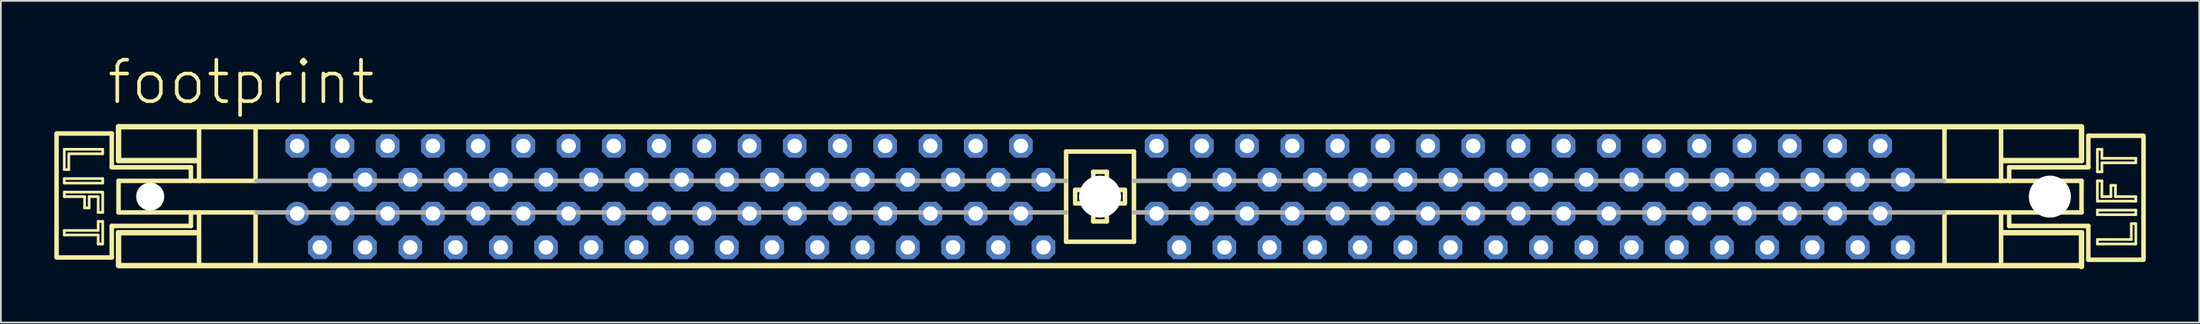
<source format=kicad_pcb>
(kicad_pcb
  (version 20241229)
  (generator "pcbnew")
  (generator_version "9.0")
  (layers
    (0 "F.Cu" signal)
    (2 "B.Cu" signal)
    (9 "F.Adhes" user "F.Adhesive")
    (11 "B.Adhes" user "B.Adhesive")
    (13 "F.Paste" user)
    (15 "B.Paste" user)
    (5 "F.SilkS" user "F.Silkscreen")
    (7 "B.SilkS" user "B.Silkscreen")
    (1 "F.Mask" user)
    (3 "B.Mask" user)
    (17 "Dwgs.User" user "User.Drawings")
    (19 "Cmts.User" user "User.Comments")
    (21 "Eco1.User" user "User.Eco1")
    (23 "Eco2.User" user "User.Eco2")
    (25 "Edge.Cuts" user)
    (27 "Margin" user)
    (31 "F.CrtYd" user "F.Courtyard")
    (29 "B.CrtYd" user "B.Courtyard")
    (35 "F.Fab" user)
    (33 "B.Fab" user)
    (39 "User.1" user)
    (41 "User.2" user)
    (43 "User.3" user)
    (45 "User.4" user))
  (footprint "footprint"
    (layer "F.Cu")
    (at 58.725 8.026)
    (property "Reference" "footprint" (at -55.88 -5.08 0) (layer "F.SilkS") (effects (font (size 2.337 2.337) (thickness 0.203)) (justify left bottom)))
    (fp_line (start -58.598 -3.556) (end -58.598 3.429) (stroke (width 0.254) (type solid)) (layer "F.SilkS"))
    (fp_line (start -58.547 -3.556) (end -55.499 -3.556) (stroke (width 0.254) (type solid)) (layer "F.SilkS"))
    (fp_line (start -58.166 -2.667) (end -58.166 -1.524) (stroke (width 0.152) (type solid)) (layer "F.SilkS"))
    (fp_line (start -58.166 -1.524) (end -57.912 -1.524) (stroke (width 0.152) (type solid)) (layer "F.SilkS"))
    (fp_line (start -58.166 -1.016) (end -58.166 -0.762) (stroke (width 0.152) (type solid)) (layer "F.SilkS"))
    (fp_line (start -58.166 -0.762) (end -56.007 -0.762) (stroke (width 0.152) (type solid)) (layer "F.SilkS"))
    (fp_line (start -58.166 -0.254) (end -56.007 -0.254) (stroke (width 0.152) (type solid)) (layer "F.SilkS"))
    (fp_line (start -58.166 0) (end -58.166 -0.254) (stroke (width 0.152) (type solid)) (layer "F.SilkS"))
    (fp_line (start -58.166 1.905) (end -56.261 1.905) (stroke (width 0.152) (type solid)) (layer "F.SilkS"))
    (fp_line (start -58.166 2.159) (end -58.166 1.905) (stroke (width 0.152) (type solid)) (layer "F.SilkS"))
    (fp_line (start -57.912 -2.413) (end -56.007 -2.413) (stroke (width 0.152) (type solid)) (layer "F.SilkS"))
    (fp_line (start -57.912 -1.524) (end -57.912 -2.413) (stroke (width 0.152) (type solid)) (layer "F.SilkS"))
    (fp_line (start -57.023 0) (end -58.166 0) (stroke (width 0.152) (type solid)) (layer "F.SilkS"))
    (fp_line (start -57.023 0.635) (end -57.023 0) (stroke (width 0.152) (type solid)) (layer "F.SilkS"))
    (fp_line (start -56.769 0) (end -56.769 0.635) (stroke (width 0.152) (type solid)) (layer "F.SilkS"))
    (fp_line (start -56.769 0.635) (end -57.023 0.635) (stroke (width 0.152) (type solid)) (layer "F.SilkS"))
    (fp_line (start -56.261 0) (end -56.769 0) (stroke (width 0.152) (type solid)) (layer "F.SilkS"))
    (fp_line (start -56.261 0.889) (end -56.261 0) (stroke (width 0.152) (type solid)) (layer "F.SilkS"))
    (fp_line (start -56.261 1.397) (end -56.007 1.397) (stroke (width 0.152) (type solid)) (layer "F.SilkS"))
    (fp_line (start -56.261 1.905) (end -56.261 1.397) (stroke (width 0.152) (type solid)) (layer "F.SilkS"))
    (fp_line (start -56.261 2.159) (end -58.166 2.159) (stroke (width 0.152) (type solid)) (layer "F.SilkS"))
    (fp_line (start -56.261 2.667) (end -56.261 2.159) (stroke (width 0.152) (type solid)) (layer "F.SilkS"))
    (fp_line (start -56.007 -2.667) (end -58.166 -2.667) (stroke (width 0.152) (type solid)) (layer "F.SilkS"))
    (fp_line (start -56.007 -2.413) (end -56.007 -2.667) (stroke (width 0.152) (type solid)) (layer "F.SilkS"))
    (fp_line (start -56.007 -1.016) (end -58.166 -1.016) (stroke (width 0.152) (type solid)) (layer "F.SilkS"))
    (fp_line (start -56.007 -0.762) (end -56.007 -1.016) (stroke (width 0.152) (type solid)) (layer "F.SilkS"))
    (fp_line (start -56.007 -0.254) (end -56.007 0.889) (stroke (width 0.152) (type solid)) (layer "F.SilkS"))
    (fp_line (start -56.007 0.889) (end -56.261 0.889) (stroke (width 0.152) (type solid)) (layer "F.SilkS"))
    (fp_line (start -56.007 1.397) (end -56.007 2.667) (stroke (width 0.152) (type solid)) (layer "F.SilkS"))
    (fp_line (start -56.007 2.667) (end -56.261 2.667) (stroke (width 0.152) (type solid)) (layer "F.SilkS"))
    (fp_line (start -55.499 -3.556) (end -55.499 -1.651) (stroke (width 0.254) (type solid)) (layer "F.SilkS"))
    (fp_line (start -55.499 -1.651) (end -51.054 -1.651) (stroke (width 0.254) (type solid)) (layer "F.SilkS"))
    (fp_line (start -55.499 1.651) (end -55.499 3.429) (stroke (width 0.254) (type solid)) (layer "F.SilkS"))
    (fp_line (start -55.499 3.429) (end -58.547 3.429) (stroke (width 0.254) (type solid)) (layer "F.SilkS"))
    (fp_line (start -55.118 -3.937) (end -55.118 -2.032) (stroke (width 0.305) (type solid)) (layer "F.SilkS"))
    (fp_line (start -55.118 -3.937) (end 55.118 -3.937) (stroke (width 0.305) (type solid)) (layer "F.SilkS"))
    (fp_line (start -55.118 -2.032) (end -50.673 -2.032) (stroke (width 0.305) (type solid)) (layer "F.SilkS"))
    (fp_line (start -55.118 -0.889) (end -55.118 0.889) (stroke (width 0.254) (type solid)) (layer "F.SilkS"))
    (fp_line (start -55.118 0.889) (end -51.054 0.889) (stroke (width 0.254) (type solid)) (layer "F.SilkS"))
    (fp_line (start -55.118 2.032) (end -55.118 3.81) (stroke (width 0.305) (type solid)) (layer "F.SilkS"))
    (fp_line (start -55.118 2.032) (end -50.673 2.032) (stroke (width 0.305) (type solid)) (layer "F.SilkS"))
    (fp_line (start -51.054 -1.651) (end -51.054 -0.889) (stroke (width 0.254) (type solid)) (layer "F.SilkS"))
    (fp_line (start -51.054 -0.889) (end -55.118 -0.889) (stroke (width 0.254) (type solid)) (layer "F.SilkS"))
    (fp_line (start -51.054 0.889) (end -51.054 1.651) (stroke (width 0.254) (type solid)) (layer "F.SilkS"))
    (fp_line (start -51.054 1.651) (end -55.499 1.651) (stroke (width 0.254) (type solid)) (layer "F.SilkS"))
    (fp_line (start -50.927 -0.889) (end -47.498 -0.889) (stroke (width 0.254) (type solid)) (layer "F.SilkS"))
    (fp_line (start -50.927 0.889) (end -47.498 0.889) (stroke (width 0.254) (type solid)) (layer "F.SilkS"))
    (fp_line (start -50.597 -3.861) (end -50.597 -0.889) (stroke (width 0.254) (type solid)) (layer "F.SilkS"))
    (fp_line (start -50.597 0.889) (end -50.597 3.81) (stroke (width 0.254) (type solid)) (layer "F.SilkS"))
    (fp_line (start -47.422 -3.861) (end -47.422 -0.889) (stroke (width 0.254) (type solid)) (layer "F.SilkS"))
    (fp_line (start -47.422 0.889) (end -47.422 3.81) (stroke (width 0.254) (type solid)) (layer "F.SilkS"))
    (fp_line (start -1.905 -2.54) (end -1.905 2.54) (stroke (width 0.254) (type solid)) (layer "F.SilkS"))
    (fp_line (start -1.905 2.54) (end 1.905 2.54) (stroke (width 0.254) (type solid)) (layer "F.SilkS"))
    (fp_line (start -1.397 -0.381) (end -1.397 0.381) (stroke (width 0.254) (type solid)) (layer "F.SilkS"))
    (fp_line (start -1.397 0.381) (end -0.381 0.381) (stroke (width 0.254) (type solid)) (layer "F.SilkS"))
    (fp_line (start -0.381 -1.397) (end -0.381 -0.381) (stroke (width 0.254) (type solid)) (layer "F.SilkS"))
    (fp_line (start -0.381 -0.381) (end -1.397 -0.381) (stroke (width 0.254) (type solid)) (layer "F.SilkS"))
    (fp_line (start -0.381 0.381) (end -0.381 1.397) (stroke (width 0.254) (type solid)) (layer "F.SilkS"))
    (fp_line (start -0.381 1.397) (end 0.381 1.397) (stroke (width 0.254) (type solid)) (layer "F.SilkS"))
    (fp_line (start 0.381 -1.397) (end -0.381 -1.397) (stroke (width 0.254) (type solid)) (layer "F.SilkS"))
    (fp_line (start 0.381 -0.381) (end 0.381 -1.397) (stroke (width 0.254) (type solid)) (layer "F.SilkS"))
    (fp_line (start 0.381 0.381) (end 1.397 0.381) (stroke (width 0.254) (type solid)) (layer "F.SilkS"))
    (fp_line (start 0.381 1.397) (end 0.381 0.381) (stroke (width 0.254) (type solid)) (layer "F.SilkS"))
    (fp_line (start 1.397 -0.381) (end 0.381 -0.381) (stroke (width 0.254) (type solid)) (layer "F.SilkS"))
    (fp_line (start 1.397 0.381) (end 1.397 -0.381) (stroke (width 0.254) (type solid)) (layer "F.SilkS"))
    (fp_line (start 1.905 -2.54) (end -1.905 -2.54) (stroke (width 0.254) (type solid)) (layer "F.SilkS"))
    (fp_line (start 1.905 2.54) (end 1.905 -2.54) (stroke (width 0.254) (type solid)) (layer "F.SilkS"))
    (fp_line (start 47.422 -3.861) (end 47.422 -0.889) (stroke (width 0.254) (type solid)) (layer "F.SilkS"))
    (fp_line (start 47.422 0.889) (end 47.422 3.81) (stroke (width 0.254) (type solid)) (layer "F.SilkS"))
    (fp_line (start 50.597 -0.889) (end 50.597 -3.81) (stroke (width 0.254) (type solid)) (layer "F.SilkS"))
    (fp_line (start 50.597 3.861) (end 50.597 0.889) (stroke (width 0.254) (type solid)) (layer "F.SilkS"))
    (fp_line (start 50.927 -0.889) (end 47.498 -0.889) (stroke (width 0.254) (type solid)) (layer "F.SilkS"))
    (fp_line (start 50.927 0.889) (end 47.498 0.889) (stroke (width 0.254) (type solid)) (layer "F.SilkS"))
    (fp_line (start 51.054 -1.651) (end 55.499 -1.651) (stroke (width 0.254) (type solid)) (layer "F.SilkS"))
    (fp_line (start 51.054 -0.889) (end 51.054 -1.651) (stroke (width 0.254) (type solid)) (layer "F.SilkS"))
    (fp_line (start 51.054 0.889) (end 55.118 0.889) (stroke (width 0.254) (type solid)) (layer "F.SilkS"))
    (fp_line (start 51.054 1.651) (end 51.054 0.889) (stroke (width 0.254) (type solid)) (layer "F.SilkS"))
    (fp_line (start 55.118 -2.032) (end 50.673 -2.032) (stroke (width 0.305) (type solid)) (layer "F.SilkS"))
    (fp_line (start 55.118 -2.032) (end 55.118 -3.81) (stroke (width 0.305) (type solid)) (layer "F.SilkS"))
    (fp_line (start 55.118 -0.889) (end 51.054 -0.889) (stroke (width 0.254) (type solid)) (layer "F.SilkS"))
    (fp_line (start 55.118 0.889) (end 55.118 -0.889) (stroke (width 0.254) (type solid)) (layer "F.SilkS"))
    (fp_line (start 55.118 2.032) (end 50.673 2.032) (stroke (width 0.305) (type solid)) (layer "F.SilkS"))
    (fp_line (start 55.118 3.886) (end -55.118 3.886) (stroke (width 0.305) (type solid)) (layer "F.SilkS"))
    (fp_line (start 55.118 3.937) (end 55.118 2.032) (stroke (width 0.305) (type solid)) (layer "F.SilkS"))
    (fp_line (start 55.499 -3.429) (end 58.547 -3.429) (stroke (width 0.254) (type solid)) (layer "F.SilkS"))
    (fp_line (start 55.499 -1.651) (end 55.499 -3.429) (stroke (width 0.254) (type solid)) (layer "F.SilkS"))
    (fp_line (start 55.499 1.651) (end 51.054 1.651) (stroke (width 0.254) (type solid)) (layer "F.SilkS"))
    (fp_line (start 55.499 3.556) (end 55.499 1.651) (stroke (width 0.254) (type solid)) (layer "F.SilkS"))
    (fp_line (start 56.007 -2.667) (end 56.261 -2.667) (stroke (width 0.152) (type solid)) (layer "F.SilkS"))
    (fp_line (start 56.007 -1.397) (end 56.007 -2.667) (stroke (width 0.152) (type solid)) (layer "F.SilkS"))
    (fp_line (start 56.007 -0.889) (end 56.261 -0.889) (stroke (width 0.152) (type solid)) (layer "F.SilkS"))
    (fp_line (start 56.007 0.254) (end 56.007 -0.889) (stroke (width 0.152) (type solid)) (layer "F.SilkS"))
    (fp_line (start 56.007 0.762) (end 56.007 1.016) (stroke (width 0.152) (type solid)) (layer "F.SilkS"))
    (fp_line (start 56.007 1.016) (end 58.166 1.016) (stroke (width 0.152) (type solid)) (layer "F.SilkS"))
    (fp_line (start 56.007 2.413) (end 56.007 2.667) (stroke (width 0.152) (type solid)) (layer "F.SilkS"))
    (fp_line (start 56.007 2.667) (end 58.166 2.667) (stroke (width 0.152) (type solid)) (layer "F.SilkS"))
    (fp_line (start 56.261 -2.667) (end 56.261 -2.159) (stroke (width 0.152) (type solid)) (layer "F.SilkS"))
    (fp_line (start 56.261 -2.159) (end 58.166 -2.159) (stroke (width 0.152) (type solid)) (layer "F.SilkS"))
    (fp_line (start 56.261 -1.905) (end 56.261 -1.397) (stroke (width 0.152) (type solid)) (layer "F.SilkS"))
    (fp_line (start 56.261 -1.397) (end 56.007 -1.397) (stroke (width 0.152) (type solid)) (layer "F.SilkS"))
    (fp_line (start 56.261 -0.889) (end 56.261 0) (stroke (width 0.152) (type solid)) (layer "F.SilkS"))
    (fp_line (start 56.261 0) (end 56.769 0) (stroke (width 0.152) (type solid)) (layer "F.SilkS"))
    (fp_line (start 56.769 -0.635) (end 57.023 -0.635) (stroke (width 0.152) (type solid)) (layer "F.SilkS"))
    (fp_line (start 56.769 0) (end 56.769 -0.635) (stroke (width 0.152) (type solid)) (layer "F.SilkS"))
    (fp_line (start 57.023 -0.635) (end 57.023 0) (stroke (width 0.152) (type solid)) (layer "F.SilkS"))
    (fp_line (start 57.023 0) (end 58.166 0) (stroke (width 0.152) (type solid)) (layer "F.SilkS"))
    (fp_line (start 57.912 1.524) (end 57.912 2.413) (stroke (width 0.152) (type solid)) (layer "F.SilkS"))
    (fp_line (start 57.912 2.413) (end 56.007 2.413) (stroke (width 0.152) (type solid)) (layer "F.SilkS"))
    (fp_line (start 58.166 -2.159) (end 58.166 -1.905) (stroke (width 0.152) (type solid)) (layer "F.SilkS"))
    (fp_line (start 58.166 -1.905) (end 56.261 -1.905) (stroke (width 0.152) (type solid)) (layer "F.SilkS"))
    (fp_line (start 58.166 0) (end 58.166 0.254) (stroke (width 0.152) (type solid)) (layer "F.SilkS"))
    (fp_line (start 58.166 0.254) (end 56.007 0.254) (stroke (width 0.152) (type solid)) (layer "F.SilkS"))
    (fp_line (start 58.166 0.762) (end 56.007 0.762) (stroke (width 0.152) (type solid)) (layer "F.SilkS"))
    (fp_line (start 58.166 1.016) (end 58.166 0.762) (stroke (width 0.152) (type solid)) (layer "F.SilkS"))
    (fp_line (start 58.166 1.524) (end 57.912 1.524) (stroke (width 0.152) (type solid)) (layer "F.SilkS"))
    (fp_line (start 58.166 2.667) (end 58.166 1.524) (stroke (width 0.152) (type solid)) (layer "F.SilkS"))
    (fp_line (start 58.547 3.556) (end 55.499 3.556) (stroke (width 0.254) (type solid)) (layer "F.SilkS"))
    (fp_line (start 58.598 3.556) (end 58.598 -3.429) (stroke (width 0.254) (type solid)) (layer "F.SilkS"))
    (fp_line (start -47.371 -0.889) (end -1.905 -0.889) (stroke (width 0.254) (type solid)) (layer "F.Fab"))
    (fp_line (start -47.371 0.889) (end -1.905 0.889) (stroke (width 0.254) (type solid)) (layer "F.Fab"))
    (fp_line (start 1.905 -0.889) (end 47.371 -0.889) (stroke (width 0.254) (type solid)) (layer "F.Fab"))
    (fp_line (start 1.905 0.889) (end 47.371 0.889) (stroke (width 0.254) (type solid)) (layer "F.Fab"))
    (pad "" np_thru_hole circle (at -53.34 0) (size 1.575 1.575) (drill 1.575) (layers "*.Cu" "*.Mask"))
    (pad "" np_thru_hole circle (at 0 0) (size 2.362 2.362) (drill 2.362) (layers "*.Cu" "*.Mask"))
    (pad "" np_thru_hole circle (at 53.34 0) (size 2.362 2.362) (drill 2.362) (layers "*.Cu" "*.Mask"))
    (pad "1" thru_hole circle (at -45.085 0.953) (size 1.321 1.321) (drill 0.813) (layers "*.Cu" "*.Mask"))
    (pad "2" thru_hole roundrect (at -43.815 2.857) (size 1.321 1.321) (drill 0.813) (layers "*.Cu" "*.Mask") (roundrect_rratio 0.25) (chamfer_ratio 0.25) (chamfer top_left top_right bottom_left bottom_right))
    (pad "3" thru_hole roundrect (at -42.545 0.953) (size 1.321 1.321) (drill 0.813) (layers "*.Cu" "*.Mask") (roundrect_rratio 0.25) (chamfer_ratio 0.25) (chamfer top_left top_right bottom_left bottom_right))
    (pad "4" thru_hole roundrect (at -41.275 2.857) (size 1.321 1.321) (drill 0.813) (layers "*.Cu" "*.Mask") (roundrect_rratio 0.25) (chamfer_ratio 0.25) (chamfer top_left top_right bottom_left bottom_right))
    (pad "5" thru_hole roundrect (at -40.005 0.953) (size 1.321 1.321) (drill 0.813) (layers "*.Cu" "*.Mask") (roundrect_rratio 0.25) (chamfer_ratio 0.25) (chamfer top_left top_right bottom_left bottom_right))
    (pad "6" thru_hole roundrect (at -38.735 2.857) (size 1.321 1.321) (drill 0.813) (layers "*.Cu" "*.Mask") (roundrect_rratio 0.25) (chamfer_ratio 0.25) (chamfer top_left top_right bottom_left bottom_right))
    (pad "7" thru_hole roundrect (at -37.465 0.953) (size 1.321 1.321) (drill 0.813) (layers "*.Cu" "*.Mask") (roundrect_rratio 0.25) (chamfer_ratio 0.25) (chamfer top_left top_right bottom_left bottom_right))
    (pad "8" thru_hole roundrect (at -36.195 2.857) (size 1.321 1.321) (drill 0.813) (layers "*.Cu" "*.Mask") (roundrect_rratio 0.25) (chamfer_ratio 0.25) (chamfer top_left top_right bottom_left bottom_right))
    (pad "9" thru_hole roundrect (at -34.925 0.953) (size 1.321 1.321) (drill 0.813) (layers "*.Cu" "*.Mask") (roundrect_rratio 0.25) (chamfer_ratio 0.25) (chamfer top_left top_right bottom_left bottom_right))
    (pad "10" thru_hole roundrect (at -33.655 2.857) (size 1.321 1.321) (drill 0.813) (layers "*.Cu" "*.Mask") (roundrect_rratio 0.25) (chamfer_ratio 0.25) (chamfer top_left top_right bottom_left bottom_right))
    (pad "11" thru_hole roundrect (at -32.385 0.953) (size 1.321 1.321) (drill 0.813) (layers "*.Cu" "*.Mask") (roundrect_rratio 0.25) (chamfer_ratio 0.25) (chamfer top_left top_right bottom_left bottom_right))
    (pad "12" thru_hole roundrect (at -31.115 2.857) (size 1.321 1.321) (drill 0.813) (layers "*.Cu" "*.Mask") (roundrect_rratio 0.25) (chamfer_ratio 0.25) (chamfer top_left top_right bottom_left bottom_right))
    (pad "13" thru_hole roundrect (at -29.845 0.953) (size 1.321 1.321) (drill 0.813) (layers "*.Cu" "*.Mask") (roundrect_rratio 0.25) (chamfer_ratio 0.25) (chamfer top_left top_right bottom_left bottom_right))
    (pad "14" thru_hole roundrect (at -28.575 2.857) (size 1.321 1.321) (drill 0.813) (layers "*.Cu" "*.Mask") (roundrect_rratio 0.25) (chamfer_ratio 0.25) (chamfer top_left top_right bottom_left bottom_right))
    (pad "15" thru_hole roundrect (at -27.305 0.953) (size 1.321 1.321) (drill 0.813) (layers "*.Cu" "*.Mask") (roundrect_rratio 0.25) (chamfer_ratio 0.25) (chamfer top_left top_right bottom_left bottom_right))
    (pad "16" thru_hole roundrect (at -26.035 2.857) (size 1.321 1.321) (drill 0.813) (layers "*.Cu" "*.Mask") (roundrect_rratio 0.25) (chamfer_ratio 0.25) (chamfer top_left top_right bottom_left bottom_right))
    (pad "17" thru_hole roundrect (at -24.765 0.953) (size 1.321 1.321) (drill 0.813) (layers "*.Cu" "*.Mask") (roundrect_rratio 0.25) (chamfer_ratio 0.25) (chamfer top_left top_right bottom_left bottom_right))
    (pad "18" thru_hole roundrect (at -23.495 2.857) (size 1.321 1.321) (drill 0.813) (layers "*.Cu" "*.Mask") (roundrect_rratio 0.25) (chamfer_ratio 0.25) (chamfer top_left top_right bottom_left bottom_right))
    (pad "19" thru_hole roundrect (at -22.225 0.953) (size 1.321 1.321) (drill 0.813) (layers "*.Cu" "*.Mask") (roundrect_rratio 0.25) (chamfer_ratio 0.25) (chamfer top_left top_right bottom_left bottom_right))
    (pad "20" thru_hole roundrect (at -20.955 2.857) (size 1.321 1.321) (drill 0.813) (layers "*.Cu" "*.Mask") (roundrect_rratio 0.25) (chamfer_ratio 0.25) (chamfer top_left top_right bottom_left bottom_right))
    (pad "21" thru_hole roundrect (at -19.685 0.953) (size 1.321 1.321) (drill 0.813) (layers "*.Cu" "*.Mask") (roundrect_rratio 0.25) (chamfer_ratio 0.25) (chamfer top_left top_right bottom_left bottom_right))
    (pad "22" thru_hole roundrect (at -18.415 2.857) (size 1.321 1.321) (drill 0.813) (layers "*.Cu" "*.Mask") (roundrect_rratio 0.25) (chamfer_ratio 0.25) (chamfer top_left top_right bottom_left bottom_right))
    (pad "23" thru_hole roundrect (at -17.145 0.953) (size 1.321 1.321) (drill 0.813) (layers "*.Cu" "*.Mask") (roundrect_rratio 0.25) (chamfer_ratio 0.25) (chamfer top_left top_right bottom_left bottom_right))
    (pad "24" thru_hole roundrect (at -15.875 2.857) (size 1.321 1.321) (drill 0.813) (layers "*.Cu" "*.Mask") (roundrect_rratio 0.25) (chamfer_ratio 0.25) (chamfer top_left top_right bottom_left bottom_right))
    (pad "25" thru_hole roundrect (at -14.605 0.953) (size 1.321 1.321) (drill 0.813) (layers "*.Cu" "*.Mask") (roundrect_rratio 0.25) (chamfer_ratio 0.25) (chamfer top_left top_right bottom_left bottom_right))
    (pad "26" thru_hole roundrect (at -13.335 2.857) (size 1.321 1.321) (drill 0.813) (layers "*.Cu" "*.Mask") (roundrect_rratio 0.25) (chamfer_ratio 0.25) (chamfer top_left top_right bottom_left bottom_right))
    (pad "27" thru_hole roundrect (at -12.065 0.953) (size 1.321 1.321) (drill 0.813) (layers "*.Cu" "*.Mask") (roundrect_rratio 0.25) (chamfer_ratio 0.25) (chamfer top_left top_right bottom_left bottom_right))
    (pad "28" thru_hole roundrect (at -10.795 2.857) (size 1.321 1.321) (drill 0.813) (layers "*.Cu" "*.Mask") (roundrect_rratio 0.25) (chamfer_ratio 0.25) (chamfer top_left top_right bottom_left bottom_right))
    (pad "29" thru_hole roundrect (at -9.525 0.953) (size 1.321 1.321) (drill 0.813) (layers "*.Cu" "*.Mask") (roundrect_rratio 0.25) (chamfer_ratio 0.25) (chamfer top_left top_right bottom_left bottom_right))
    (pad "30" thru_hole roundrect (at -8.255 2.857) (size 1.321 1.321) (drill 0.813) (layers "*.Cu" "*.Mask") (roundrect_rratio 0.25) (chamfer_ratio 0.25) (chamfer top_left top_right bottom_left bottom_right))
    (pad "31" thru_hole roundrect (at -6.985 0.953) (size 1.321 1.321) (drill 0.813) (layers "*.Cu" "*.Mask") (roundrect_rratio 0.25) (chamfer_ratio 0.25) (chamfer top_left top_right bottom_left bottom_right))
    (pad "32" thru_hole roundrect (at -5.715 2.857) (size 1.321 1.321) (drill 0.813) (layers "*.Cu" "*.Mask") (roundrect_rratio 0.25) (chamfer_ratio 0.25) (chamfer top_left top_right bottom_left bottom_right))
    (pad "33" thru_hole roundrect (at -4.445 0.953) (size 1.321 1.321) (drill 0.813) (layers "*.Cu" "*.Mask") (roundrect_rratio 0.25) (chamfer_ratio 0.25) (chamfer top_left top_right bottom_left bottom_right))
    (pad "34" thru_hole roundrect (at -3.175 2.857) (size 1.321 1.321) (drill 0.813) (layers "*.Cu" "*.Mask") (roundrect_rratio 0.25) (chamfer_ratio 0.25) (chamfer top_left top_right bottom_left bottom_right))
    (pad "35" thru_hole roundrect (at 3.175 0.953) (size 1.321 1.321) (drill 0.813) (layers "*.Cu" "*.Mask") (roundrect_rratio 0.25) (chamfer_ratio 0.25) (chamfer top_left top_right bottom_left bottom_right))
    (pad "36" thru_hole roundrect (at 4.445 2.857) (size 1.321 1.321) (drill 0.813) (layers "*.Cu" "*.Mask") (roundrect_rratio 0.25) (chamfer_ratio 0.25) (chamfer top_left top_right bottom_left bottom_right))
    (pad "37" thru_hole roundrect (at 5.715 0.953) (size 1.321 1.321) (drill 0.813) (layers "*.Cu" "*.Mask") (roundrect_rratio 0.25) (chamfer_ratio 0.25) (chamfer top_left top_right bottom_left bottom_right))
    (pad "38" thru_hole roundrect (at 6.985 2.857) (size 1.321 1.321) (drill 0.813) (layers "*.Cu" "*.Mask") (roundrect_rratio 0.25) (chamfer_ratio 0.25) (chamfer top_left top_right bottom_left bottom_right))
    (pad "39" thru_hole roundrect (at 8.255 0.953) (size 1.321 1.321) (drill 0.813) (layers "*.Cu" "*.Mask") (roundrect_rratio 0.25) (chamfer_ratio 0.25) (chamfer top_left top_right bottom_left bottom_right))
    (pad "40" thru_hole roundrect (at 9.525 2.857) (size 1.321 1.321) (drill 0.813) (layers "*.Cu" "*.Mask") (roundrect_rratio 0.25) (chamfer_ratio 0.25) (chamfer top_left top_right bottom_left bottom_right))
    (pad "41" thru_hole roundrect (at 10.795 0.953) (size 1.321 1.321) (drill 0.813) (layers "*.Cu" "*.Mask") (roundrect_rratio 0.25) (chamfer_ratio 0.25) (chamfer top_left top_right bottom_left bottom_right))
    (pad "42" thru_hole roundrect (at 12.065 2.857) (size 1.321 1.321) (drill 0.813) (layers "*.Cu" "*.Mask") (roundrect_rratio 0.25) (chamfer_ratio 0.25) (chamfer top_left top_right bottom_left bottom_right))
    (pad "43" thru_hole roundrect (at 13.335 0.953) (size 1.321 1.321) (drill 0.813) (layers "*.Cu" "*.Mask") (roundrect_rratio 0.25) (chamfer_ratio 0.25) (chamfer top_left top_right bottom_left bottom_right))
    (pad "44" thru_hole roundrect (at 14.605 2.857) (size 1.321 1.321) (drill 0.813) (layers "*.Cu" "*.Mask") (roundrect_rratio 0.25) (chamfer_ratio 0.25) (chamfer top_left top_right bottom_left bottom_right))
    (pad "45" thru_hole roundrect (at 15.875 0.953) (size 1.321 1.321) (drill 0.813) (layers "*.Cu" "*.Mask") (roundrect_rratio 0.25) (chamfer_ratio 0.25) (chamfer top_left top_right bottom_left bottom_right))
    (pad "46" thru_hole roundrect (at 17.145 2.857) (size 1.321 1.321) (drill 0.813) (layers "*.Cu" "*.Mask") (roundrect_rratio 0.25) (chamfer_ratio 0.25) (chamfer top_left top_right bottom_left bottom_right))
    (pad "47" thru_hole roundrect (at 18.415 0.953) (size 1.321 1.321) (drill 0.813) (layers "*.Cu" "*.Mask") (roundrect_rratio 0.25) (chamfer_ratio 0.25) (chamfer top_left top_right bottom_left bottom_right))
    (pad "48" thru_hole roundrect (at 19.685 2.857) (size 1.321 1.321) (drill 0.813) (layers "*.Cu" "*.Mask") (roundrect_rratio 0.25) (chamfer_ratio 0.25) (chamfer top_left top_right bottom_left bottom_right))
    (pad "49" thru_hole roundrect (at 20.955 0.953) (size 1.321 1.321) (drill 0.813) (layers "*.Cu" "*.Mask") (roundrect_rratio 0.25) (chamfer_ratio 0.25) (chamfer top_left top_right bottom_left bottom_right))
    (pad "50" thru_hole roundrect (at 22.225 2.857) (size 1.321 1.321) (drill 0.813) (layers "*.Cu" "*.Mask") (roundrect_rratio 0.25) (chamfer_ratio 0.25) (chamfer top_left top_right bottom_left bottom_right))
    (pad "51" thru_hole roundrect (at 23.495 0.953) (size 1.321 1.321) (drill 0.813) (layers "*.Cu" "*.Mask") (roundrect_rratio 0.25) (chamfer_ratio 0.25) (chamfer top_left top_right bottom_left bottom_right))
    (pad "52" thru_hole roundrect (at 24.765 2.857) (size 1.321 1.321) (drill 0.813) (layers "*.Cu" "*.Mask") (roundrect_rratio 0.25) (chamfer_ratio 0.25) (chamfer top_left top_right bottom_left bottom_right))
    (pad "53" thru_hole roundrect (at 26.035 0.953) (size 1.321 1.321) (drill 0.813) (layers "*.Cu" "*.Mask") (roundrect_rratio 0.25) (chamfer_ratio 0.25) (chamfer top_left top_right bottom_left bottom_right))
    (pad "54" thru_hole roundrect (at 27.305 2.857) (size 1.321 1.321) (drill 0.813) (layers "*.Cu" "*.Mask") (roundrect_rratio 0.25) (chamfer_ratio 0.25) (chamfer top_left top_right bottom_left bottom_right))
    (pad "55" thru_hole roundrect (at 28.575 0.953) (size 1.321 1.321) (drill 0.813) (layers "*.Cu" "*.Mask") (roundrect_rratio 0.25) (chamfer_ratio 0.25) (chamfer top_left top_right bottom_left bottom_right))
    (pad "56" thru_hole roundrect (at 29.845 2.857) (size 1.321 1.321) (drill 0.813) (layers "*.Cu" "*.Mask") (roundrect_rratio 0.25) (chamfer_ratio 0.25) (chamfer top_left top_right bottom_left bottom_right))
    (pad "57" thru_hole roundrect (at 31.115 0.953) (size 1.321 1.321) (drill 0.813) (layers "*.Cu" "*.Mask") (roundrect_rratio 0.25) (chamfer_ratio 0.25) (chamfer top_left top_right bottom_left bottom_right))
    (pad "58" thru_hole roundrect (at 32.385 2.857) (size 1.321 1.321) (drill 0.813) (layers "*.Cu" "*.Mask") (roundrect_rratio 0.25) (chamfer_ratio 0.25) (chamfer top_left top_right bottom_left bottom_right))
    (pad "59" thru_hole roundrect (at 33.655 0.953) (size 1.321 1.321) (drill 0.813) (layers "*.Cu" "*.Mask") (roundrect_rratio 0.25) (chamfer_ratio 0.25) (chamfer top_left top_right bottom_left bottom_right))
    (pad "60" thru_hole roundrect (at 34.925 2.857) (size 1.321 1.321) (drill 0.813) (layers "*.Cu" "*.Mask") (roundrect_rratio 0.25) (chamfer_ratio 0.25) (chamfer top_left top_right bottom_left bottom_right))
    (pad "61" thru_hole roundrect (at 36.195 0.953) (size 1.321 1.321) (drill 0.813) (layers "*.Cu" "*.Mask") (roundrect_rratio 0.25) (chamfer_ratio 0.25) (chamfer top_left top_right bottom_left bottom_right))
    (pad "62" thru_hole roundrect (at 37.465 2.857) (size 1.321 1.321) (drill 0.813) (layers "*.Cu" "*.Mask") (roundrect_rratio 0.25) (chamfer_ratio 0.25) (chamfer top_left top_right bottom_left bottom_right))
    (pad "63" thru_hole roundrect (at 38.735 0.953) (size 1.321 1.321) (drill 0.813) (layers "*.Cu" "*.Mask") (roundrect_rratio 0.25) (chamfer_ratio 0.25) (chamfer top_left top_right bottom_left bottom_right))
    (pad "64" thru_hole roundrect (at 40.005 2.857) (size 1.321 1.321) (drill 0.813) (layers "*.Cu" "*.Mask") (roundrect_rratio 0.25) (chamfer_ratio 0.25) (chamfer top_left top_right bottom_left bottom_right))
    (pad "65" thru_hole roundrect (at 41.275 0.953) (size 1.321 1.321) (drill 0.813) (layers "*.Cu" "*.Mask") (roundrect_rratio 0.25) (chamfer_ratio 0.25) (chamfer top_left top_right bottom_left bottom_right))
    (pad "66" thru_hole roundrect (at 42.545 2.857) (size 1.321 1.321) (drill 0.813) (layers "*.Cu" "*.Mask") (roundrect_rratio 0.25) (chamfer_ratio 0.25) (chamfer top_left top_right bottom_left bottom_right))
    (pad "67" thru_hole roundrect (at 43.815 0.953) (size 1.321 1.321) (drill 0.813) (layers "*.Cu" "*.Mask") (roundrect_rratio 0.25) (chamfer_ratio 0.25) (chamfer top_left top_right bottom_left bottom_right))
    (pad "68" thru_hole roundrect (at 45.085 2.857) (size 1.321 1.321) (drill 0.813) (layers "*.Cu" "*.Mask") (roundrect_rratio 0.25) (chamfer_ratio 0.25) (chamfer top_left top_right bottom_left bottom_right))
    (pad "69" thru_hole roundrect (at -45.085 -2.857) (size 1.321 1.321) (drill 0.813) (layers "*.Cu" "*.Mask") (roundrect_rratio 0.25) (chamfer_ratio 0.25) (chamfer top_left top_right bottom_left bottom_right))
    (pad "70" thru_hole roundrect (at -43.815 -0.953) (size 1.321 1.321) (drill 0.813) (layers "*.Cu" "*.Mask") (roundrect_rratio 0.25) (chamfer_ratio 0.25) (chamfer top_left top_right bottom_left bottom_right))
    (pad "71" thru_hole roundrect (at -42.545 -2.857) (size 1.321 1.321) (drill 0.813) (layers "*.Cu" "*.Mask") (roundrect_rratio 0.25) (chamfer_ratio 0.25) (chamfer top_left top_right bottom_left bottom_right))
    (pad "72" thru_hole roundrect (at -41.275 -0.953) (size 1.321 1.321) (drill 0.813) (layers "*.Cu" "*.Mask") (roundrect_rratio 0.25) (chamfer_ratio 0.25) (chamfer top_left top_right bottom_left bottom_right))
    (pad "73" thru_hole roundrect (at -40.005 -2.857) (size 1.321 1.321) (drill 0.813) (layers "*.Cu" "*.Mask") (roundrect_rratio 0.25) (chamfer_ratio 0.25) (chamfer top_left top_right bottom_left bottom_right))
    (pad "74" thru_hole roundrect (at -38.735 -0.953) (size 1.321 1.321) (drill 0.813) (layers "*.Cu" "*.Mask") (roundrect_rratio 0.25) (chamfer_ratio 0.25) (chamfer top_left top_right bottom_left bottom_right))
    (pad "75" thru_hole roundrect (at -37.465 -2.857) (size 1.321 1.321) (drill 0.813) (layers "*.Cu" "*.Mask") (roundrect_rratio 0.25) (chamfer_ratio 0.25) (chamfer top_left top_right bottom_left bottom_right))
    (pad "76" thru_hole roundrect (at -36.195 -0.953) (size 1.321 1.321) (drill 0.813) (layers "*.Cu" "*.Mask") (roundrect_rratio 0.25) (chamfer_ratio 0.25) (chamfer top_left top_right bottom_left bottom_right))
    (pad "77" thru_hole roundrect (at -34.925 -2.857) (size 1.321 1.321) (drill 0.813) (layers "*.Cu" "*.Mask") (roundrect_rratio 0.25) (chamfer_ratio 0.25) (chamfer top_left top_right bottom_left bottom_right))
    (pad "78" thru_hole roundrect (at -33.655 -0.953) (size 1.321 1.321) (drill 0.813) (layers "*.Cu" "*.Mask") (roundrect_rratio 0.25) (chamfer_ratio 0.25) (chamfer top_left top_right bottom_left bottom_right))
    (pad "79" thru_hole roundrect (at -32.385 -2.857) (size 1.321 1.321) (drill 0.813) (layers "*.Cu" "*.Mask") (roundrect_rratio 0.25) (chamfer_ratio 0.25) (chamfer top_left top_right bottom_left bottom_right))
    (pad "80" thru_hole roundrect (at -31.115 -0.953) (size 1.321 1.321) (drill 0.813) (layers "*.Cu" "*.Mask") (roundrect_rratio 0.25) (chamfer_ratio 0.25) (chamfer top_left top_right bottom_left bottom_right))
    (pad "81" thru_hole roundrect (at -29.845 -2.857) (size 1.321 1.321) (drill 0.813) (layers "*.Cu" "*.Mask") (roundrect_rratio 0.25) (chamfer_ratio 0.25) (chamfer top_left top_right bottom_left bottom_right))
    (pad "82" thru_hole roundrect (at -28.575 -0.953) (size 1.321 1.321) (drill 0.813) (layers "*.Cu" "*.Mask") (roundrect_rratio 0.25) (chamfer_ratio 0.25) (chamfer top_left top_right bottom_left bottom_right))
    (pad "83" thru_hole roundrect (at -27.305 -2.857) (size 1.321 1.321) (drill 0.813) (layers "*.Cu" "*.Mask") (roundrect_rratio 0.25) (chamfer_ratio 0.25) (chamfer top_left top_right bottom_left bottom_right))
    (pad "84" thru_hole roundrect (at -26.035 -0.953) (size 1.321 1.321) (drill 0.813) (layers "*.Cu" "*.Mask") (roundrect_rratio 0.25) (chamfer_ratio 0.25) (chamfer top_left top_right bottom_left bottom_right))
    (pad "85" thru_hole roundrect (at -24.765 -2.857) (size 1.321 1.321) (drill 0.813) (layers "*.Cu" "*.Mask") (roundrect_rratio 0.25) (chamfer_ratio 0.25) (chamfer top_left top_right bottom_left bottom_right))
    (pad "86" thru_hole roundrect (at -23.495 -0.953) (size 1.321 1.321) (drill 0.813) (layers "*.Cu" "*.Mask") (roundrect_rratio 0.25) (chamfer_ratio 0.25) (chamfer top_left top_right bottom_left bottom_right))
    (pad "87" thru_hole roundrect (at -22.225 -2.857) (size 1.321 1.321) (drill 0.813) (layers "*.Cu" "*.Mask") (roundrect_rratio 0.25) (chamfer_ratio 0.25) (chamfer top_left top_right bottom_left bottom_right))
    (pad "88" thru_hole roundrect (at -20.955 -0.953) (size 1.321 1.321) (drill 0.813) (layers "*.Cu" "*.Mask") (roundrect_rratio 0.25) (chamfer_ratio 0.25) (chamfer top_left top_right bottom_left bottom_right))
    (pad "89" thru_hole roundrect (at -19.685 -2.857) (size 1.321 1.321) (drill 0.813) (layers "*.Cu" "*.Mask") (roundrect_rratio 0.25) (chamfer_ratio 0.25) (chamfer top_left top_right bottom_left bottom_right))
    (pad "90" thru_hole roundrect (at -18.415 -0.953) (size 1.321 1.321) (drill 0.813) (layers "*.Cu" "*.Mask") (roundrect_rratio 0.25) (chamfer_ratio 0.25) (chamfer top_left top_right bottom_left bottom_right))
    (pad "91" thru_hole roundrect (at -17.145 -2.857) (size 1.321 1.321) (drill 0.813) (layers "*.Cu" "*.Mask") (roundrect_rratio 0.25) (chamfer_ratio 0.25) (chamfer top_left top_right bottom_left bottom_right))
    (pad "92" thru_hole roundrect (at -15.875 -0.953) (size 1.321 1.321) (drill 0.813) (layers "*.Cu" "*.Mask") (roundrect_rratio 0.25) (chamfer_ratio 0.25) (chamfer top_left top_right bottom_left bottom_right))
    (pad "93" thru_hole roundrect (at -14.605 -2.857) (size 1.321 1.321) (drill 0.813) (layers "*.Cu" "*.Mask") (roundrect_rratio 0.25) (chamfer_ratio 0.25) (chamfer top_left top_right bottom_left bottom_right))
    (pad "94" thru_hole roundrect (at -13.335 -0.953) (size 1.321 1.321) (drill 0.813) (layers "*.Cu" "*.Mask") (roundrect_rratio 0.25) (chamfer_ratio 0.25) (chamfer top_left top_right bottom_left bottom_right))
    (pad "95" thru_hole roundrect (at -12.065 -2.857) (size 1.321 1.321) (drill 0.813) (layers "*.Cu" "*.Mask") (roundrect_rratio 0.25) (chamfer_ratio 0.25) (chamfer top_left top_right bottom_left bottom_right))
    (pad "96" thru_hole roundrect (at -10.795 -0.953) (size 1.321 1.321) (drill 0.813) (layers "*.Cu" "*.Mask") (roundrect_rratio 0.25) (chamfer_ratio 0.25) (chamfer top_left top_right bottom_left bottom_right))
    (pad "97" thru_hole roundrect (at -9.525 -2.857) (size 1.321 1.321) (drill 0.813) (layers "*.Cu" "*.Mask") (roundrect_rratio 0.25) (chamfer_ratio 0.25) (chamfer top_left top_right bottom_left bottom_right))
    (pad "98" thru_hole roundrect (at -8.255 -0.953) (size 1.321 1.321) (drill 0.813) (layers "*.Cu" "*.Mask") (roundrect_rratio 0.25) (chamfer_ratio 0.25) (chamfer top_left top_right bottom_left bottom_right))
    (pad "99" thru_hole roundrect (at -6.985 -2.857) (size 1.321 1.321) (drill 0.813) (layers "*.Cu" "*.Mask") (roundrect_rratio 0.25) (chamfer_ratio 0.25) (chamfer top_left top_right bottom_left bottom_right))
    (pad "100" thru_hole roundrect (at -5.715 -0.953) (size 1.321 1.321) (drill 0.813) (layers "*.Cu" "*.Mask") (roundrect_rratio 0.25) (chamfer_ratio 0.25) (chamfer top_left top_right bottom_left bottom_right))
    (pad "101" thru_hole roundrect (at -4.445 -2.857) (size 1.321 1.321) (drill 0.813) (layers "*.Cu" "*.Mask") (roundrect_rratio 0.25) (chamfer_ratio 0.25) (chamfer top_left top_right bottom_left bottom_right))
    (pad "102" thru_hole roundrect (at -3.175 -0.953) (size 1.321 1.321) (drill 0.813) (layers "*.Cu" "*.Mask") (roundrect_rratio 0.25) (chamfer_ratio 0.25) (chamfer top_left top_right bottom_left bottom_right))
    (pad "103" thru_hole roundrect (at 3.175 -2.857) (size 1.321 1.321) (drill 0.813) (layers "*.Cu" "*.Mask") (roundrect_rratio 0.25) (chamfer_ratio 0.25) (chamfer top_left top_right bottom_left bottom_right))
    (pad "104" thru_hole roundrect (at 4.445 -0.953) (size 1.321 1.321) (drill 0.813) (layers "*.Cu" "*.Mask") (roundrect_rratio 0.25) (chamfer_ratio 0.25) (chamfer top_left top_right bottom_left bottom_right))
    (pad "105" thru_hole roundrect (at 5.715 -2.857) (size 1.321 1.321) (drill 0.813) (layers "*.Cu" "*.Mask") (roundrect_rratio 0.25) (chamfer_ratio 0.25) (chamfer top_left top_right bottom_left bottom_right))
    (pad "106" thru_hole roundrect (at 6.985 -0.953) (size 1.321 1.321) (drill 0.813) (layers "*.Cu" "*.Mask") (roundrect_rratio 0.25) (chamfer_ratio 0.25) (chamfer top_left top_right bottom_left bottom_right))
    (pad "107" thru_hole roundrect (at 8.255 -2.857) (size 1.321 1.321) (drill 0.813) (layers "*.Cu" "*.Mask") (roundrect_rratio 0.25) (chamfer_ratio 0.25) (chamfer top_left top_right bottom_left bottom_right))
    (pad "108" thru_hole roundrect (at 9.525 -0.953) (size 1.321 1.321) (drill 0.813) (layers "*.Cu" "*.Mask") (roundrect_rratio 0.25) (chamfer_ratio 0.25) (chamfer top_left top_right bottom_left bottom_right))
    (pad "109" thru_hole roundrect (at 10.795 -2.857) (size 1.321 1.321) (drill 0.813) (layers "*.Cu" "*.Mask") (roundrect_rratio 0.25) (chamfer_ratio 0.25) (chamfer top_left top_right bottom_left bottom_right))
    (pad "110" thru_hole roundrect (at 12.065 -0.953) (size 1.321 1.321) (drill 0.813) (layers "*.Cu" "*.Mask") (roundrect_rratio 0.25) (chamfer_ratio 0.25) (chamfer top_left top_right bottom_left bottom_right))
    (pad "111" thru_hole roundrect (at 13.335 -2.857) (size 1.321 1.321) (drill 0.813) (layers "*.Cu" "*.Mask") (roundrect_rratio 0.25) (chamfer_ratio 0.25) (chamfer top_left top_right bottom_left bottom_right))
    (pad "112" thru_hole roundrect (at 14.605 -0.953) (size 1.321 1.321) (drill 0.813) (layers "*.Cu" "*.Mask") (roundrect_rratio 0.25) (chamfer_ratio 0.25) (chamfer top_left top_right bottom_left bottom_right))
    (pad "113" thru_hole roundrect (at 15.875 -2.857) (size 1.321 1.321) (drill 0.813) (layers "*.Cu" "*.Mask") (roundrect_rratio 0.25) (chamfer_ratio 0.25) (chamfer top_left top_right bottom_left bottom_right))
    (pad "114" thru_hole roundrect (at 17.145 -0.953) (size 1.321 1.321) (drill 0.813) (layers "*.Cu" "*.Mask") (roundrect_rratio 0.25) (chamfer_ratio 0.25) (chamfer top_left top_right bottom_left bottom_right))
    (pad "115" thru_hole roundrect (at 18.415 -2.857) (size 1.321 1.321) (drill 0.813) (layers "*.Cu" "*.Mask") (roundrect_rratio 0.25) (chamfer_ratio 0.25) (chamfer top_left top_right bottom_left bottom_right))
    (pad "116" thru_hole roundrect (at 19.685 -0.953) (size 1.321 1.321) (drill 0.813) (layers "*.Cu" "*.Mask") (roundrect_rratio 0.25) (chamfer_ratio 0.25) (chamfer top_left top_right bottom_left bottom_right))
    (pad "117" thru_hole roundrect (at 20.955 -2.857) (size 1.321 1.321) (drill 0.813) (layers "*.Cu" "*.Mask") (roundrect_rratio 0.25) (chamfer_ratio 0.25) (chamfer top_left top_right bottom_left bottom_right))
    (pad "118" thru_hole roundrect (at 22.225 -0.953) (size 1.321 1.321) (drill 0.813) (layers "*.Cu" "*.Mask") (roundrect_rratio 0.25) (chamfer_ratio 0.25) (chamfer top_left top_right bottom_left bottom_right))
    (pad "119" thru_hole roundrect (at 23.495 -2.857) (size 1.321 1.321) (drill 0.813) (layers "*.Cu" "*.Mask") (roundrect_rratio 0.25) (chamfer_ratio 0.25) (chamfer top_left top_right bottom_left bottom_right))
    (pad "120" thru_hole roundrect (at 24.765 -0.953) (size 1.321 1.321) (drill 0.813) (layers "*.Cu" "*.Mask") (roundrect_rratio 0.25) (chamfer_ratio 0.25) (chamfer top_left top_right bottom_left bottom_right))
    (pad "121" thru_hole roundrect (at 26.035 -2.857) (size 1.321 1.321) (drill 0.813) (layers "*.Cu" "*.Mask") (roundrect_rratio 0.25) (chamfer_ratio 0.25) (chamfer top_left top_right bottom_left bottom_right))
    (pad "122" thru_hole roundrect (at 27.305 -0.953) (size 1.321 1.321) (drill 0.813) (layers "*.Cu" "*.Mask") (roundrect_rratio 0.25) (chamfer_ratio 0.25) (chamfer top_left top_right bottom_left bottom_right))
    (pad "123" thru_hole roundrect (at 28.575 -2.857) (size 1.321 1.321) (drill 0.813) (layers "*.Cu" "*.Mask") (roundrect_rratio 0.25) (chamfer_ratio 0.25) (chamfer top_left top_right bottom_left bottom_right))
    (pad "124" thru_hole roundrect (at 29.845 -0.953) (size 1.321 1.321) (drill 0.813) (layers "*.Cu" "*.Mask") (roundrect_rratio 0.25) (chamfer_ratio 0.25) (chamfer top_left top_right bottom_left bottom_right))
    (pad "125" thru_hole roundrect (at 31.115 -2.857) (size 1.321 1.321) (drill 0.813) (layers "*.Cu" "*.Mask") (roundrect_rratio 0.25) (chamfer_ratio 0.25) (chamfer top_left top_right bottom_left bottom_right))
    (pad "126" thru_hole roundrect (at 32.385 -0.953) (size 1.321 1.321) (drill 0.813) (layers "*.Cu" "*.Mask") (roundrect_rratio 0.25) (chamfer_ratio 0.25) (chamfer top_left top_right bottom_left bottom_right))
    (pad "127" thru_hole roundrect (at 33.655 -2.857) (size 1.321 1.321) (drill 0.813) (layers "*.Cu" "*.Mask") (roundrect_rratio 0.25) (chamfer_ratio 0.25) (chamfer top_left top_right bottom_left bottom_right))
    (pad "128" thru_hole roundrect (at 34.925 -0.953) (size 1.321 1.321) (drill 0.813) (layers "*.Cu" "*.Mask") (roundrect_rratio 0.25) (chamfer_ratio 0.25) (chamfer top_left top_right bottom_left bottom_right))
    (pad "129" thru_hole roundrect (at 36.195 -2.857) (size 1.321 1.321) (drill 0.813) (layers "*.Cu" "*.Mask") (roundrect_rratio 0.25) (chamfer_ratio 0.25) (chamfer top_left top_right bottom_left bottom_right))
    (pad "130" thru_hole roundrect (at 37.465 -0.953) (size 1.321 1.321) (drill 0.813) (layers "*.Cu" "*.Mask") (roundrect_rratio 0.25) (chamfer_ratio 0.25) (chamfer top_left top_right bottom_left bottom_right))
    (pad "131" thru_hole roundrect (at 38.735 -2.857) (size 1.321 1.321) (drill 0.813) (layers "*.Cu" "*.Mask") (roundrect_rratio 0.25) (chamfer_ratio 0.25) (chamfer top_left top_right bottom_left bottom_right))
    (pad "132" thru_hole roundrect (at 40.005 -0.953) (size 1.321 1.321) (drill 0.813) (layers "*.Cu" "*.Mask") (roundrect_rratio 0.25) (chamfer_ratio 0.25) (chamfer top_left top_right bottom_left bottom_right))
    (pad "133" thru_hole roundrect (at 41.275 -2.857) (size 1.321 1.321) (drill 0.813) (layers "*.Cu" "*.Mask") (roundrect_rratio 0.25) (chamfer_ratio 0.25) (chamfer top_left top_right bottom_left bottom_right))
    (pad "134" thru_hole roundrect (at 42.545 -0.953) (size 1.321 1.321) (drill 0.813) (layers "*.Cu" "*.Mask") (roundrect_rratio 0.25) (chamfer_ratio 0.25) (chamfer top_left top_right bottom_left bottom_right))
    (pad "135" thru_hole roundrect (at 43.815 -2.857) (size 1.321 1.321) (drill 0.813) (layers "*.Cu" "*.Mask") (roundrect_rratio 0.25) (chamfer_ratio 0.25) (chamfer top_left top_right bottom_left bottom_right))
    (pad "136" thru_hole roundrect (at 45.085 -0.953) (size 1.321 1.321) (drill 0.813) (layers "*.Cu" "*.Mask") (roundrect_rratio 0.25) (chamfer_ratio 0.25) (chamfer top_left top_right bottom_left bottom_right)))
  (gr_rect
    (start -3 -3)
    (end 120.45 15.116)
    (stroke (width 0.1) (type default))
    (fill no)
    (layer "Edge.Cuts")))
</source>
